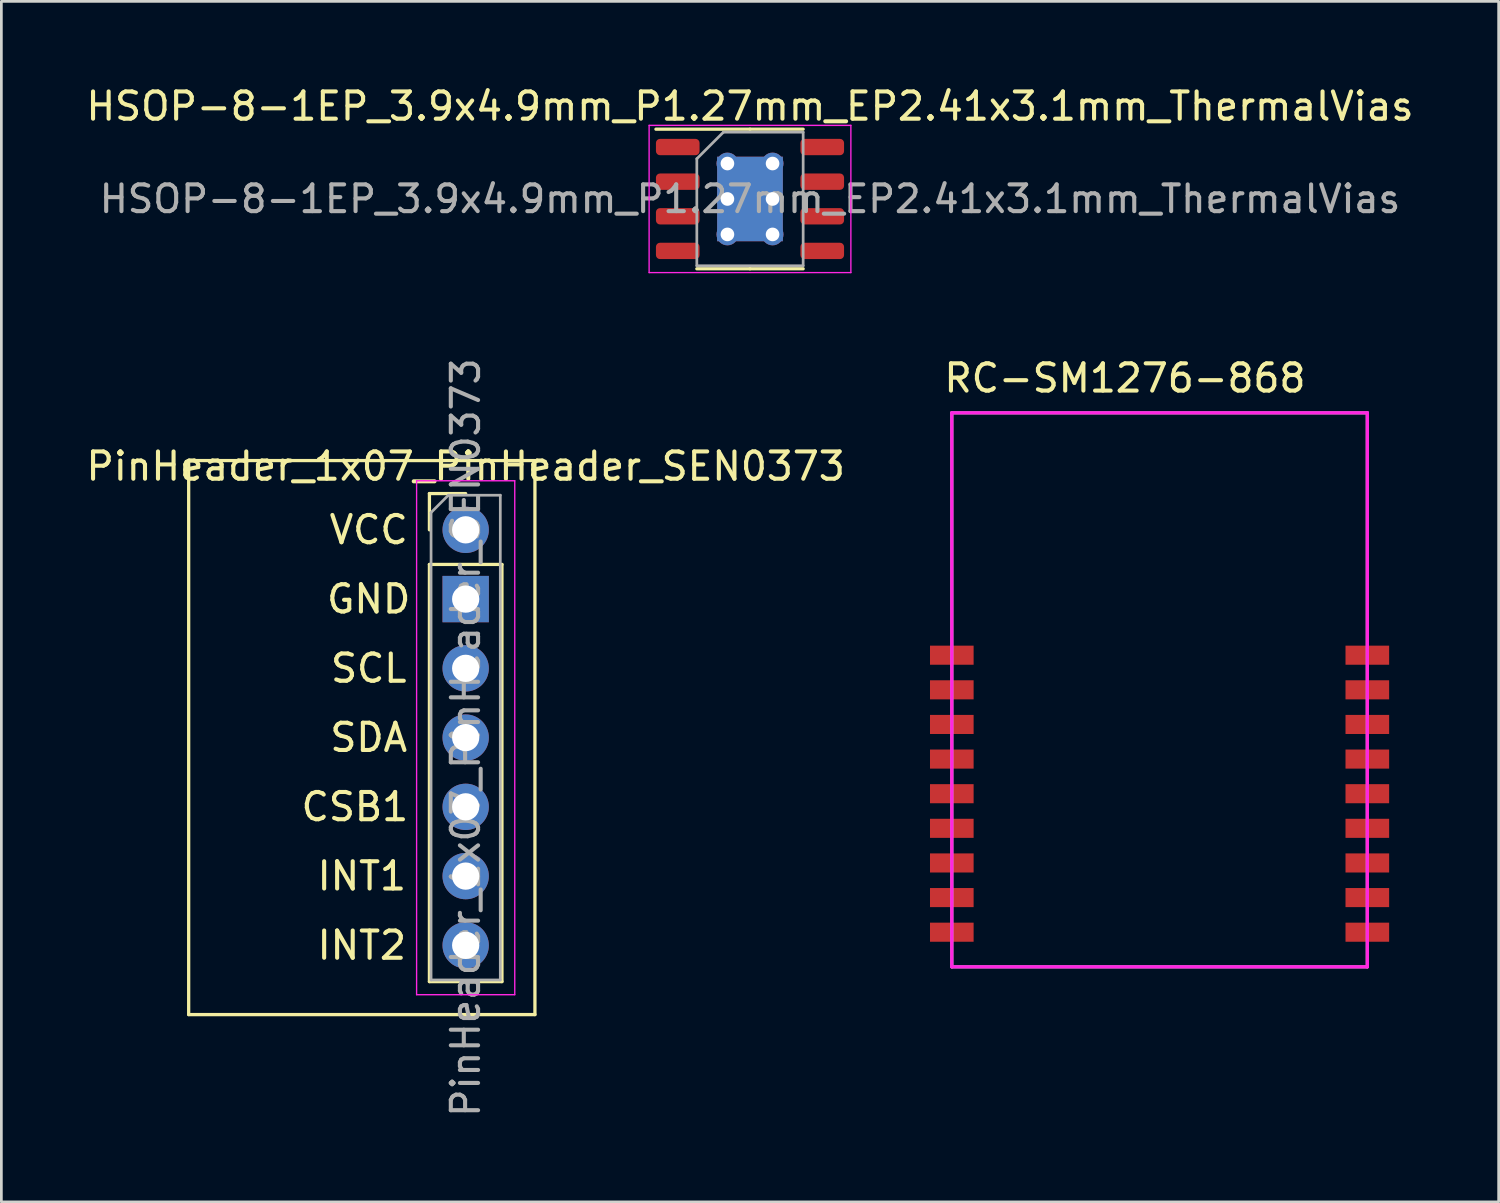
<source format=kicad_pcb>
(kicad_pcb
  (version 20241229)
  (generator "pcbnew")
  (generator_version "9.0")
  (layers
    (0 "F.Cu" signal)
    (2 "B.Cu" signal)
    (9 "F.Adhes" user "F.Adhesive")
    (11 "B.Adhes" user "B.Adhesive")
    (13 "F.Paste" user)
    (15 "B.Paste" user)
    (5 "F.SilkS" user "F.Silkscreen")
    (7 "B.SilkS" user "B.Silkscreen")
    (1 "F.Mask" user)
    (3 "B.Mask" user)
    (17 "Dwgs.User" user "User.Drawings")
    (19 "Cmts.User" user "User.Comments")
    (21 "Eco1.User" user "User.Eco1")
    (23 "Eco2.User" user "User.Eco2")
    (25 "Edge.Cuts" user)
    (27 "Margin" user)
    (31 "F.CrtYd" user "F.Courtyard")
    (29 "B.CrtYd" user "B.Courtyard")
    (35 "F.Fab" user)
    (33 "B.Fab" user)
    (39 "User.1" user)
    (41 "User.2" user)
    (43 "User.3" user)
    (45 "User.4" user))
  (footprint "RC-SM1276-868"
    (layer "F.Cu")
    (at 39.48 26.061)
    (property "Reference" "RC-SM1276-868" (at -1.27 -15.24 0) (layer "F.SilkS") (effects (font (size 1 1) (thickness 0.15))))
    (attr through_hole)
    (fp_line (start -7.62 -13.97) (end 7.62 -13.97) (stroke (width 0.12) (type solid)) (layer "F.CrtYd"))
    (fp_line (start -7.62 6.35) (end -7.62 -13.97) (stroke (width 0.12) (type solid)) (layer "F.CrtYd"))
    (fp_line (start 7.62 -13.97) (end 7.62 6.35) (stroke (width 0.12) (type solid)) (layer "F.CrtYd"))
    (fp_line (start 7.62 6.35) (end -7.62 6.35) (stroke (width 0.12) (type solid)) (layer "F.CrtYd"))
    (fp_line (start -7.62 -13.97) (end 7.62 -13.97) (stroke (width 0.12) (type solid)) (layer "F.Fab"))
    (fp_line (start -7.62 6.35) (end -7.62 -13.97) (stroke (width 0.12) (type solid)) (layer "F.Fab"))
    (fp_line (start 7.62 -13.97) (end 7.62 6.35) (stroke (width 0.12) (type solid)) (layer "F.Fab"))
    (fp_line (start 7.62 6.35) (end -7.62 6.35) (stroke (width 0.12) (type solid)) (layer "F.Fab"))
    (pad "1" smd rect (at -7.62 -5.08) (size 1.6 0.7) (layers "F.Cu" "F.Mask" "F.Paste"))
    (pad "2" smd rect (at -7.62 -3.81) (size 1.6 0.7) (layers "F.Cu" "F.Mask" "F.Paste"))
    (pad "3" smd rect (at -7.62 -2.54) (size 1.6 0.7) (layers "F.Cu" "F.Mask" "F.Paste"))
    (pad "4" smd rect (at -7.62 -1.27) (size 1.6 0.7) (layers "F.Cu" "F.Mask" "F.Paste"))
    (pad "5" smd rect (at -7.62 0) (size 1.6 0.7) (layers "F.Cu" "F.Mask" "F.Paste"))
    (pad "6" smd rect (at -7.62 1.27) (size 1.6 0.7) (layers "F.Cu" "F.Mask" "F.Paste"))
    (pad "7" smd rect (at -7.62 2.54) (size 1.6 0.7) (layers "F.Cu" "F.Mask" "F.Paste"))
    (pad "8" smd rect (at -7.62 3.81) (size 1.6 0.7) (layers "F.Cu" "F.Mask" "F.Paste"))
    (pad "9" smd rect (at -7.62 5.08) (size 1.6 0.7) (layers "F.Cu" "F.Mask" "F.Paste"))
    (pad "10" smd rect (at 7.62 5.08) (size 1.6 0.7) (layers "F.Cu" "F.Mask" "F.Paste"))
    (pad "11" smd rect (at 7.62 3.81) (size 1.6 0.7) (layers "F.Cu" "F.Mask" "F.Paste"))
    (pad "12" smd rect (at 7.62 2.54) (size 1.6 0.7) (layers "F.Cu" "F.Mask" "F.Paste"))
    (pad "13" smd rect (at 7.62 1.27) (size 1.6 0.7) (layers "F.Cu" "F.Mask" "F.Paste"))
    (pad "14" smd rect (at 7.62 0) (size 1.6 0.7) (layers "F.Cu" "F.Mask" "F.Paste"))
    (pad "15" smd rect (at 7.62 -1.27) (size 1.6 0.7) (layers "F.Cu" "F.Mask" "F.Paste"))
    (pad "16" smd rect (at 7.62 -2.54) (size 1.6 0.7) (layers "F.Cu" "F.Mask" "F.Paste"))
    (pad "17" smd rect (at 7.62 -3.81) (size 1.6 0.7) (layers "F.Cu" "F.Mask" "F.Paste"))
    (pad "18" smd rect (at 7.62 -5.08) (size 1.6 0.7) (layers "F.Cu" "F.Mask" "F.Paste")))
  (footprint "HSOP-8-1EP_3.9x4.9mm_P1.27mm_EP2.41x3.1mm_ThermalVias"
    (layer "F.Cu")
    (at 24.458 4.248)
    (property "Reference" "HSOP-8-1EP_3.9x4.9mm_P1.27mm_EP2.41x3.1mm_ThermalVias" (at 0 -3.4 0) (layer "F.SilkS") (effects (font (size 1 1) (thickness 0.15))))
    (attr smd)
    (fp_line (start 0 -2.56) (end -3.45 -2.56) (stroke (width 0.12) (type solid)) (layer "F.SilkS"))
    (fp_line (start 0 -2.56) (end 1.95 -2.56) (stroke (width 0.12) (type solid)) (layer "F.SilkS"))
    (fp_line (start 0 2.56) (end -1.95 2.56) (stroke (width 0.12) (type solid)) (layer "F.SilkS"))
    (fp_line (start 0 2.56) (end 1.95 2.56) (stroke (width 0.12) (type solid)) (layer "F.SilkS"))
    (fp_line (start -3.7 -2.7) (end -3.7 2.7) (stroke (width 0.05) (type solid)) (layer "F.CrtYd"))
    (fp_line (start -3.7 2.7) (end 3.7 2.7) (stroke (width 0.05) (type solid)) (layer "F.CrtYd"))
    (fp_line (start 3.7 -2.7) (end -3.7 -2.7) (stroke (width 0.05) (type solid)) (layer "F.CrtYd"))
    (fp_line (start 3.7 2.7) (end 3.7 -2.7) (stroke (width 0.05) (type solid)) (layer "F.CrtYd"))
    (fp_line (start -1.95 -1.475) (end -0.975 -2.45) (stroke (width 0.1) (type solid)) (layer "F.Fab"))
    (fp_line (start -1.95 2.45) (end -1.95 -1.475) (stroke (width 0.1) (type solid)) (layer "F.Fab"))
    (fp_line (start -0.975 -2.45) (end 1.95 -2.45) (stroke (width 0.1) (type solid)) (layer "F.Fab"))
    (fp_line (start 1.95 -2.45) (end 1.95 2.45) (stroke (width 0.1) (type solid)) (layer "F.Fab"))
    (fp_line (start 1.95 2.45) (end -1.95 2.45) (stroke (width 0.1) (type solid)) (layer "F.Fab"))
    (fp_text user "${REFERENCE}" (at 0 0 0) (layer "F.Fab") (effects (font (size 0.98 0.98) (thickness 0.15))))
    (pad "" smd roundrect (at -0.6 -0.775) (size 0.97 1.25) (layers "F.Paste") (roundrect_rratio 0.25))
    (pad "" smd roundrect (at -0.6 0.775) (size 0.97 1.25) (layers "F.Paste") (roundrect_rratio 0.25))
    (pad "" smd roundrect (at 0.6 -0.775) (size 0.97 1.25) (layers "F.Paste") (roundrect_rratio 0.25))
    (pad "" smd roundrect (at 0.6 0.775) (size 0.97 1.25) (layers "F.Paste") (roundrect_rratio 0.25))
    (pad "1" smd roundrect (at -2.65 -1.905) (size 1.6 0.6) (layers "F.Cu" "F.Mask" "F.Paste") (roundrect_rratio 0.25))
    (pad "2" smd roundrect (at -2.65 -0.635) (size 1.6 0.6) (layers "F.Cu" "F.Mask" "F.Paste") (roundrect_rratio 0.25))
    (pad "3" smd roundrect (at -2.65 0.635) (size 1.6 0.6) (layers "F.Cu" "F.Mask" "F.Paste") (roundrect_rratio 0.25))
    (pad "4" smd roundrect (at -2.65 1.905) (size 1.6 0.6) (layers "F.Cu" "F.Mask" "F.Paste") (roundrect_rratio 0.25))
    (pad "5" smd roundrect (at 2.65 1.905) (size 1.6 0.6) (layers "F.Cu" "F.Mask" "F.Paste") (roundrect_rratio 0.25))
    (pad "6" smd roundrect (at 2.65 0.635) (size 1.6 0.6) (layers "F.Cu" "F.Mask" "F.Paste") (roundrect_rratio 0.25))
    (pad "7" smd roundrect (at 2.65 -0.635) (size 1.6 0.6) (layers "F.Cu" "F.Mask" "F.Paste") (roundrect_rratio 0.25))
    (pad "8" smd roundrect (at 2.65 -1.905) (size 1.6 0.6) (layers "F.Cu" "F.Mask" "F.Paste") (roundrect_rratio 0.25))
    (pad "9" thru_hole circle (at -0.828 -1.3) (size 0.8 0.8) (drill 0.5) (layers "*.Cu"))
    (pad "9" thru_hole circle (at -0.828 0) (size 0.8 0.8) (drill 0.5) (layers "*.Cu"))
    (pad "9" thru_hole circle (at -0.828 1.3) (size 0.8 0.8) (drill 0.5) (layers "*.Cu"))
    (pad "9" smd rect (at 0 0) (size 2.41 3.1) (layers "F.Cu" "F.Mask"))
    (pad "9" smd rect (at 0 0) (size 2.41 3.1) (layers "B.Cu"))
    (pad "9" thru_hole circle (at 0.828 -1.3) (size 0.8 0.8) (drill 0.5) (layers "*.Cu"))
    (pad "9" thru_hole circle (at 0.828 0) (size 0.8 0.8) (drill 0.5) (layers "*.Cu"))
    (pad "9" thru_hole circle (at 0.828 1.3) (size 0.8 0.8) (drill 0.5) (layers "*.Cu")))
  (footprint "PinHeader_1x07_PinHeader_SEN0373"
    (layer "F.Cu")
    (at 14.03 16.383)
    (property "Reference" "PinHeader_1x07_PinHeader_SEN0373" (at 0 -2.33 0) (layer "F.SilkS") (effects (font (size 1 1) (thickness 0.15))))
    (attr through_hole)
    (fp_line (start -10.16 -2.54) (end 2.54 -2.54) (stroke (width 0.12) (type solid)) (layer "F.SilkS"))
    (fp_line (start -10.16 17.78) (end -10.16 -2.54) (stroke (width 0.12) (type solid)) (layer "F.SilkS"))
    (fp_line (start -1.33 -1.33) (end 0 -1.33) (stroke (width 0.12) (type solid)) (layer "F.SilkS"))
    (fp_line (start -1.33 0) (end -1.33 -1.33) (stroke (width 0.12) (type solid)) (layer "F.SilkS"))
    (fp_line (start -1.33 1.27) (end -1.33 16.57) (stroke (width 0.12) (type solid)) (layer "F.SilkS"))
    (fp_line (start -1.33 1.27) (end 1.33 1.27) (stroke (width 0.12) (type solid)) (layer "F.SilkS"))
    (fp_line (start -1.33 16.57) (end 1.33 16.57) (stroke (width 0.12) (type solid)) (layer "F.SilkS"))
    (fp_line (start 1.33 1.27) (end 1.33 16.57) (stroke (width 0.12) (type solid)) (layer "F.SilkS"))
    (fp_line (start 2.54 -2.54) (end 2.54 17.78) (stroke (width 0.12) (type solid)) (layer "F.SilkS"))
    (fp_line (start 2.54 17.78) (end -10.16 17.78) (stroke (width 0.12) (type solid)) (layer "F.SilkS"))
    (fp_line (start -1.8 -1.8) (end -1.8 17.05) (stroke (width 0.05) (type solid)) (layer "F.CrtYd"))
    (fp_line (start -1.8 17.05) (end 1.8 17.05) (stroke (width 0.05) (type solid)) (layer "F.CrtYd"))
    (fp_line (start 1.8 -1.8) (end -1.8 -1.8) (stroke (width 0.05) (type solid)) (layer "F.CrtYd"))
    (fp_line (start 1.8 17.05) (end 1.8 -1.8) (stroke (width 0.05) (type solid)) (layer "F.CrtYd"))
    (fp_line (start -1.27 -0.635) (end -0.635 -1.27) (stroke (width 0.1) (type solid)) (layer "F.Fab"))
    (fp_line (start -1.27 16.51) (end -1.27 -0.635) (stroke (width 0.1) (type solid)) (layer "F.Fab"))
    (fp_line (start -0.635 -1.27) (end 1.27 -1.27) (stroke (width 0.1) (type solid)) (layer "F.Fab"))
    (fp_line (start 1.27 -1.27) (end 1.27 16.51) (stroke (width 0.1) (type solid)) (layer "F.Fab"))
    (fp_line (start 1.27 16.51) (end -1.27 16.51) (stroke (width 0.1) (type solid)) (layer "F.Fab"))
    (fp_text user "CSB1" (at -4.064 10.16 0) (layer "F.SilkS") (effects (font (size 1 1) (thickness 0.15))))
    (fp_text user "VCC" (at -3.556 0 0) (layer "F.SilkS") (effects (font (size 1 1) (thickness 0.15))))
    (fp_text user "INT2" (at -3.81 15.24 0) (layer "F.SilkS") (effects (font (size 1 1) (thickness 0.15))))
    (fp_text user "GND" (at -3.556 2.54 0) (layer "F.SilkS") (effects (font (size 1 1) (thickness 0.15))))
    (fp_text user "SCL" (at -3.556 5.08 0) (layer "F.SilkS") (effects (font (size 1 1) (thickness 0.15))))
    (fp_text user "INT1" (at -3.81 12.7 0) (layer "F.SilkS") (effects (font (size 1 1) (thickness 0.15))))
    (fp_text user "SDA" (at -3.556 7.62 0) (layer "F.SilkS") (effects (font (size 1 1) (thickness 0.15))))
    (fp_text user "${REFERENCE}" (at 0 7.62 90) (layer "F.Fab") (effects (font (size 1 1) (thickness 0.15))))
    (pad "1" thru_hole oval (at 0 0) (size 1.7 1.7) (drill 1) (layers "*.Cu" "*.Mask"))
    (pad "2" thru_hole rect (at 0 2.54) (size 1.7 1.7) (drill 1) (layers "*.Cu" "*.Mask"))
    (pad "3" thru_hole oval (at 0 5.08) (size 1.7 1.7) (drill 1) (layers "*.Cu" "*.Mask"))
    (pad "4" thru_hole oval (at 0 7.62) (size 1.7 1.7) (drill 1) (layers "*.Cu" "*.Mask"))
    (pad "5" thru_hole oval (at 0 10.16) (size 1.7 1.7) (drill 1) (layers "*.Cu" "*.Mask"))
    (pad "6" thru_hole oval (at 0 12.7) (size 1.7 1.7) (drill 1) (layers "*.Cu" "*.Mask"))
    (pad "7" thru_hole oval (at 0 15.24) (size 1.7 1.7) (drill 1) (layers "*.Cu" "*.Mask")))
  (gr_rect
    (start -3 -3)
    (end 51.917 41.033)
    (stroke (width 0.1) (type default))
    (fill no)
    (layer "Edge.Cuts")))
</source>
